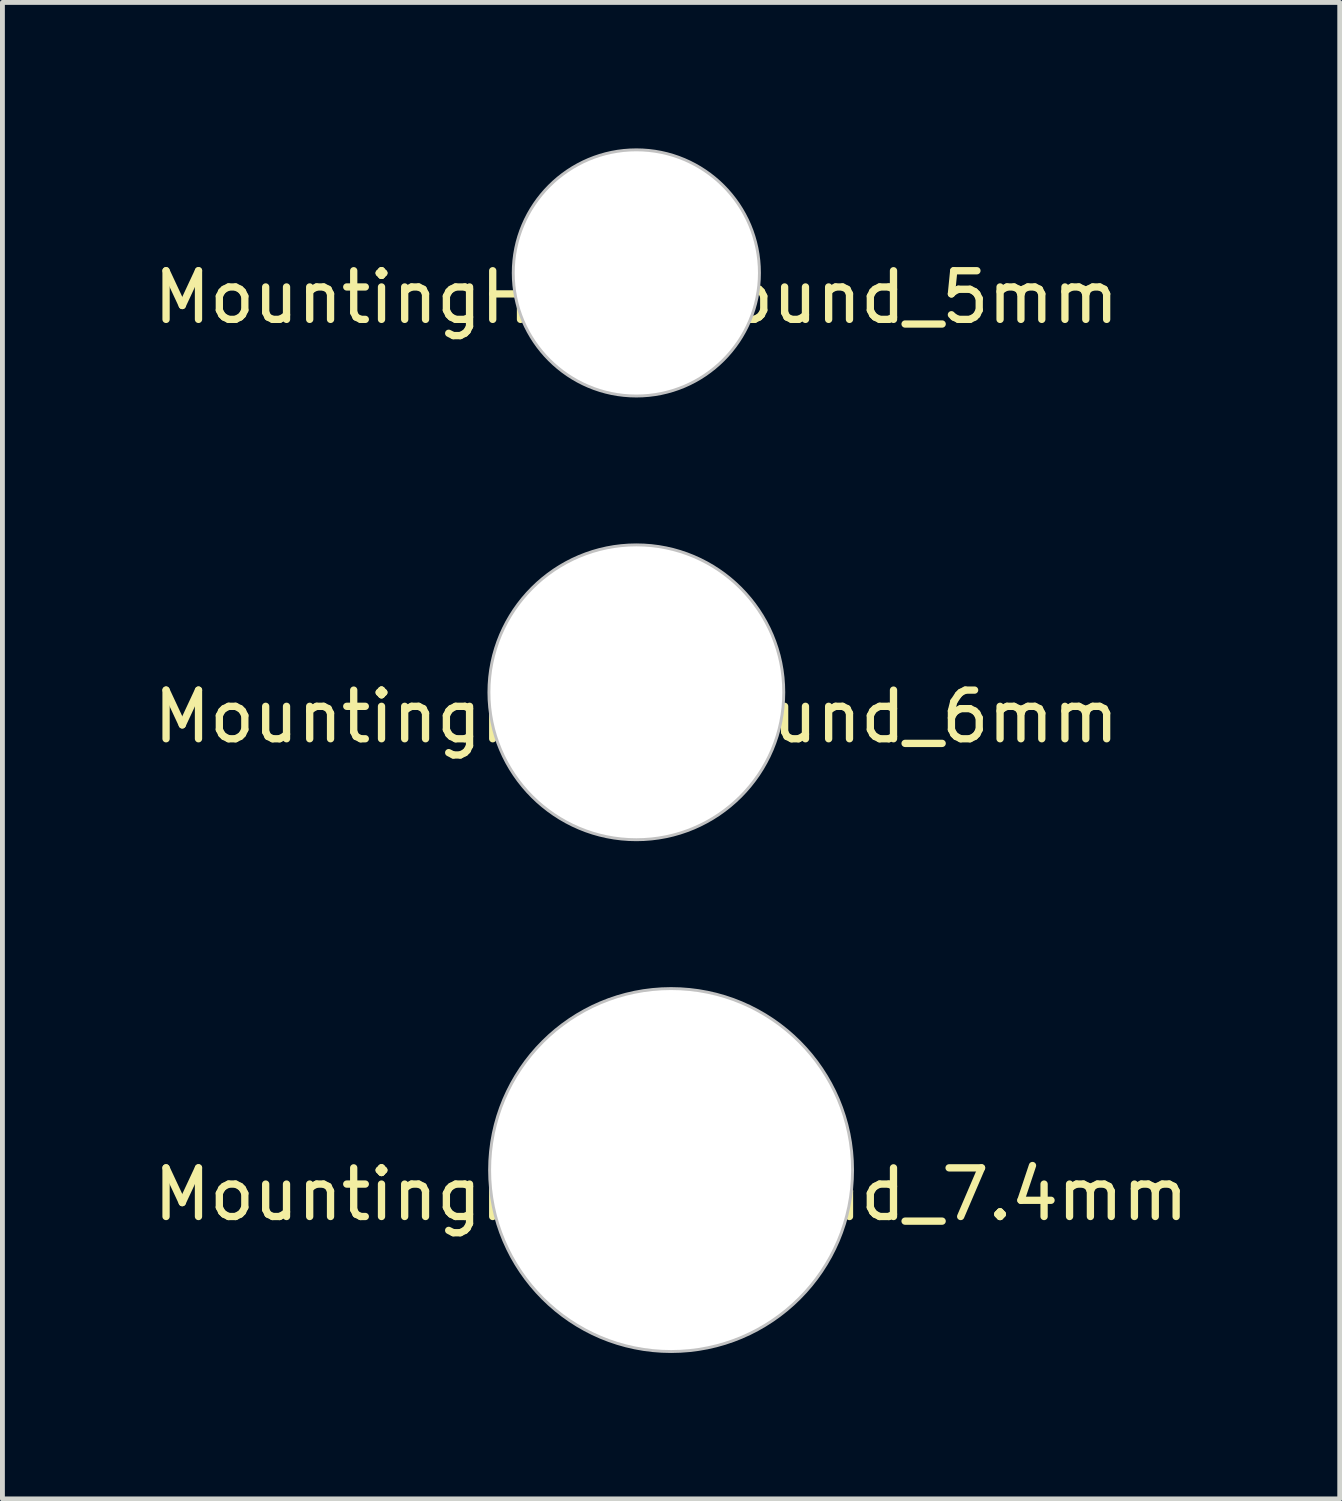
<source format=kicad_pcb>
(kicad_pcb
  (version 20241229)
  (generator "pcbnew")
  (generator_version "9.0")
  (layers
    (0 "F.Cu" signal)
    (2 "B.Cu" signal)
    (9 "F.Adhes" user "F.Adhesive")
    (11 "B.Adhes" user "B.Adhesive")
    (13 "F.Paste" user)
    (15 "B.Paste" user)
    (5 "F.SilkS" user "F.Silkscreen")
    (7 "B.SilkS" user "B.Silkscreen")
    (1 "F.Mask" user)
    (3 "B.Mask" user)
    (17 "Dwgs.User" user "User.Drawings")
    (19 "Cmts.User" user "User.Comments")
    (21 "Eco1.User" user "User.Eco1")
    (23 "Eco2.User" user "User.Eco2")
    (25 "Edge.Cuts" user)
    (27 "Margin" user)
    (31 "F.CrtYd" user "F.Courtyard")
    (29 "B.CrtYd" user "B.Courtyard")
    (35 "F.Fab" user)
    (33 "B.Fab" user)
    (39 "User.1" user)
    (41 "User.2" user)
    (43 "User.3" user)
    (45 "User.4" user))
  (footprint "MountingHole_Round_7.4mm"
    (layer "F.Cu")
    (at 10.744 21)
    (property "Reference" "MountingHole_Round_7.4mm" (at 0 0.5 0) (layer "F.SilkS") (effects (font (size 1 1) (thickness 0.15))))
    (attr through_hole)
    (fp_circle (center 0 0) (end 3.7 0) (stroke (width 0.12) (type solid)) (fill no) (layer "Dwgs.User"))
    (pad "" np_thru_hole circle (at 0 0) (size 7.4 7.4) (drill 7.4) (layers "*.Cu" "*.Mask")))
  (footprint "MountingHole_Round_6mm"
    (layer "F.Cu")
    (at 10.03 11.18)
    (property "Reference" "MountingHole_Round_6mm" (at 0 0.5 0) (layer "F.SilkS") (effects (font (size 1 1) (thickness 0.15))))
    (attr through_hole)
    (fp_circle (center 0 0) (end 3 0) (stroke (width 0.12) (type solid)) (fill no) (layer "Dwgs.User"))
    (pad "" np_thru_hole circle (at 0 0) (size 6 6) (drill 6) (layers "*.Cu" "*.Mask")))
  (footprint "MountingHole_Round_5mm"
    (layer "F.Cu")
    (at 10.03 2.56)
    (property "Reference" "MountingHole_Round_5mm" (at 0 0.5 0) (layer "F.SilkS") (effects (font (size 1 1) (thickness 0.15))))
    (attr through_hole)
    (fp_circle (center 0 0) (end 2.5 0) (stroke (width 0.12) (type solid)) (fill no) (layer "Dwgs.User"))
    (pad "" np_thru_hole circle (at 0 0) (size 5 5) (drill 5) (layers "*.Cu" "*.Mask")))
  (gr_rect
    (start -3 -3)
    (end 24.488 27.76)
    (stroke (width 0.1) (type default))
    (fill no)
    (layer "Edge.Cuts")))
</source>
